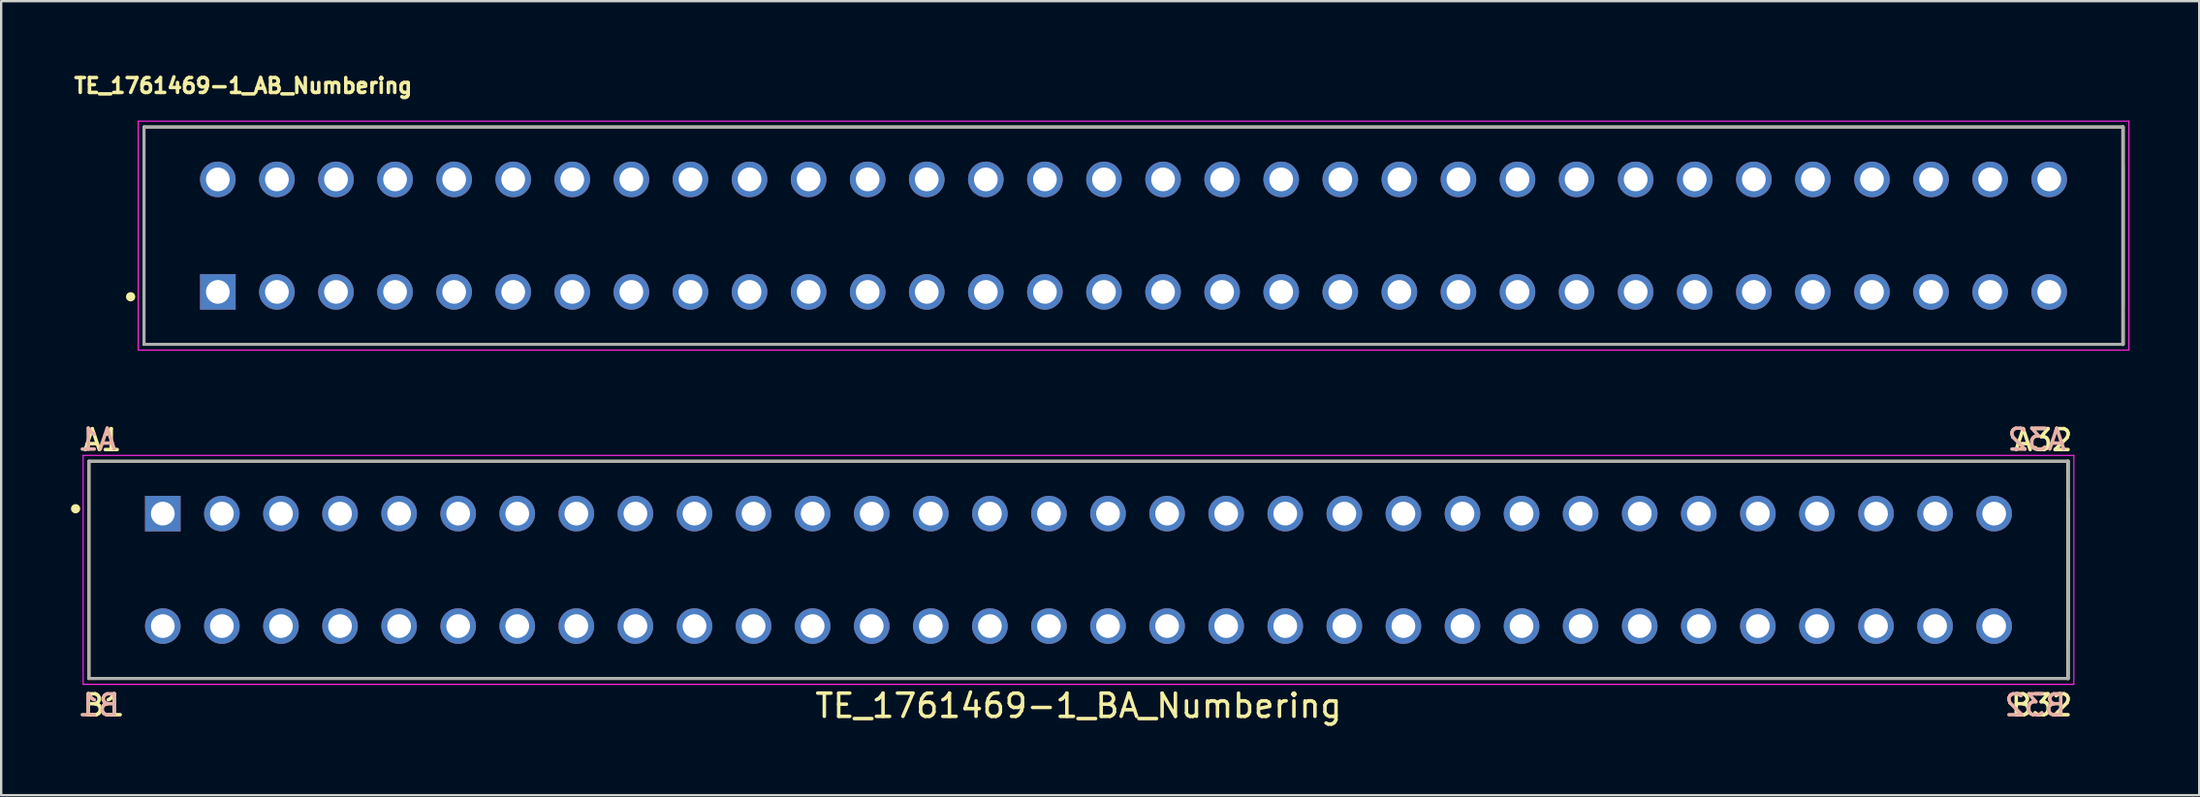
<source format=kicad_pcb>
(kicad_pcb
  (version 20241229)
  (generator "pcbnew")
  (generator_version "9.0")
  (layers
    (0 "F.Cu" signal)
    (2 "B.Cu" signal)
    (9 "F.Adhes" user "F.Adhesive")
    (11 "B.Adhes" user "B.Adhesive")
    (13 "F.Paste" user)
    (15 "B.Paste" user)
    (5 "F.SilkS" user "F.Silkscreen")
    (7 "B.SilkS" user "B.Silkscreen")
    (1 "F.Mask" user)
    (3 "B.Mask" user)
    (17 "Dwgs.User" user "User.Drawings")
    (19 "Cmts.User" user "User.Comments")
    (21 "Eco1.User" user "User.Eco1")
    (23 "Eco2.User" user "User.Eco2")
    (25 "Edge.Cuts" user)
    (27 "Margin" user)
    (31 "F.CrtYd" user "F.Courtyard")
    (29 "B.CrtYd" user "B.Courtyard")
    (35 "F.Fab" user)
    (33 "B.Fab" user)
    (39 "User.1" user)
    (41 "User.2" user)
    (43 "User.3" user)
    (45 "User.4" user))
  (footprint "TE_1761469-1_BA_Numbering"
    (layer "F.Cu")
    (at 43.32 18.93)
    (property "Reference" "TE_1761469-1_BA_Numbering" (at 0 8.388 0) (layer "F.SilkS") (effects (font (size 1 1) (thickness 0.15))))
    (attr through_hole)
    (fp_line (start -42.545 7.215) (end -42.545 -2.135) (stroke (width 0.127) (type solid)) (layer "F.SilkS"))
    (fp_line (start -42.545 7.215) (end 42.545 7.215) (stroke (width 0.127) (type solid)) (layer "F.SilkS"))
    (fp_line (start 42.545 -2.135) (end -42.545 -2.135) (stroke (width 0.127) (type solid)) (layer "F.SilkS"))
    (fp_line (start 42.545 5.565) (end 42.545 -0.485) (stroke (width 0.127) (type solid)) (layer "F.SilkS"))
    (fp_line (start 42.545 7.215) (end 42.545 -2.135) (stroke (width 0.15) (type solid)) (layer "F.SilkS"))
    (fp_circle (center -43.12 -0.09) (end -43.02 -0.09) (stroke (width 0.2) (type solid)) (fill no) (layer "F.SilkS"))
    (fp_line (start -42.795 -2.385) (end -42.795 7.465) (stroke (width 0.05) (type solid)) (layer "F.CrtYd"))
    (fp_line (start -42.795 7.465) (end 42.795 7.465) (stroke (width 0.05) (type solid)) (layer "F.CrtYd"))
    (fp_line (start 42.795 -2.385) (end -42.795 -2.385) (stroke (width 0.05) (type solid)) (layer "F.CrtYd"))
    (fp_line (start 42.795 7.465) (end 42.795 -2.385) (stroke (width 0.05) (type solid)) (layer "F.CrtYd"))
    (fp_line (start -42.545 7.215) (end -42.545 -2.135) (stroke (width 0.127) (type solid)) (layer "F.Fab"))
    (fp_line (start -42.545 7.215) (end 42.545 7.215) (stroke (width 0.127) (type solid)) (layer "F.Fab"))
    (fp_line (start 42.545 -2.135) (end -42.545 -2.135) (stroke (width 0.127) (type solid)) (layer "F.Fab"))
    (fp_line (start 42.545 7.215) (end 42.545 -2.135) (stroke (width 0.127) (type solid)) (layer "F.Fab"))
    (fp_text user "B32" (at 40.005 8.89 0) (unlocked yes) (layer "F.SilkS") (effects (font (size 0.9 0.9) (thickness 0.15) (bold yes)) (justify left bottom)))
    (fp_text user "B1" (at -42.887 8.89 0) (unlocked yes) (layer "F.SilkS") (effects (font (size 0.9 0.9) (thickness 0.15) (bold yes)) (justify left bottom)))
    (fp_text user "A32" (at 40.134 -2.518 0) (unlocked yes) (layer "F.SilkS") (effects (font (size 0.9 0.9) (thickness 0.15) (bold yes)) (justify left bottom)))
    (fp_text user "A1" (at -42.887 -2.518 0) (unlocked yes) (layer "F.SilkS") (effects (font (size 0.9 0.9) (thickness 0.15) (bold yes)) (justify left bottom)))
    (fp_text user "A32" (at 42.545 -2.54 0) (unlocked yes) (layer "B.SilkS") (effects (font (size 0.9 0.9) (thickness 0.15) (bold yes)) (justify left bottom mirror)))
    (fp_text user "B1" (at -41.146 8.89 0) (unlocked yes) (layer "B.SilkS") (effects (font (size 0.9 0.9) (thickness 0.15) (bold yes)) (justify left bottom mirror)))
    (fp_text user "A1" (at -41.275 -2.54 0) (unlocked yes) (layer "B.SilkS") (effects (font (size 0.9 0.9) (thickness 0.15) (bold yes)) (justify left bottom mirror)))
    (fp_text user "B32" (at 42.545 8.89 0) (unlocked yes) (layer "B.SilkS") (effects (font (size 0.9 0.9) (thickness 0.15) (bold yes)) (justify left bottom mirror)))
    (pad "A1" thru_hole rect (at -39.37 0.12) (size 1.53 1.53) (drill 1.02) (layers "*.Cu" "*.Mask"))
    (pad "A2" thru_hole circle (at -36.83 0.12) (size 1.53 1.53) (drill 1.02) (layers "*.Cu" "*.Mask"))
    (pad "A3" thru_hole circle (at -34.29 0.12) (size 1.53 1.53) (drill 1.02) (layers "*.Cu" "*.Mask"))
    (pad "A4" thru_hole circle (at -31.75 0.12) (size 1.53 1.53) (drill 1.02) (layers "*.Cu" "*.Mask"))
    (pad "A5" thru_hole circle (at -29.21 0.12) (size 1.53 1.53) (drill 1.02) (layers "*.Cu" "*.Mask"))
    (pad "A6" thru_hole circle (at -26.67 0.12) (size 1.53 1.53) (drill 1.02) (layers "*.Cu" "*.Mask"))
    (pad "A7" thru_hole circle (at -24.13 0.12) (size 1.53 1.53) (drill 1.02) (layers "*.Cu" "*.Mask"))
    (pad "A8" thru_hole circle (at -21.59 0.12) (size 1.53 1.53) (drill 1.02) (layers "*.Cu" "*.Mask"))
    (pad "A9" thru_hole circle (at -19.05 0.12) (size 1.53 1.53) (drill 1.02) (layers "*.Cu" "*.Mask"))
    (pad "A10" thru_hole circle (at -16.51 0.12) (size 1.53 1.53) (drill 1.02) (layers "*.Cu" "*.Mask"))
    (pad "A11" thru_hole circle (at -13.97 0.12) (size 1.53 1.53) (drill 1.02) (layers "*.Cu" "*.Mask"))
    (pad "A12" thru_hole circle (at -11.43 0.12) (size 1.53 1.53) (drill 1.02) (layers "*.Cu" "*.Mask"))
    (pad "A13" thru_hole circle (at -8.89 0.12) (size 1.53 1.53) (drill 1.02) (layers "*.Cu" "*.Mask"))
    (pad "A14" thru_hole circle (at -6.35 0.12) (size 1.53 1.53) (drill 1.02) (layers "*.Cu" "*.Mask"))
    (pad "A15" thru_hole circle (at -3.81 0.12) (size 1.53 1.53) (drill 1.02) (layers "*.Cu" "*.Mask"))
    (pad "A16" thru_hole circle (at -1.27 0.12) (size 1.53 1.53) (drill 1.02) (layers "*.Cu" "*.Mask"))
    (pad "A17" thru_hole circle (at 1.27 0.12) (size 1.53 1.53) (drill 1.02) (layers "*.Cu" "*.Mask"))
    (pad "A18" thru_hole circle (at 3.81 0.12) (size 1.53 1.53) (drill 1.02) (layers "*.Cu" "*.Mask"))
    (pad "A19" thru_hole circle (at 6.35 0.12) (size 1.53 1.53) (drill 1.02) (layers "*.Cu" "*.Mask"))
    (pad "A20" thru_hole circle (at 8.89 0.12) (size 1.53 1.53) (drill 1.02) (layers "*.Cu" "*.Mask"))
    (pad "A21" thru_hole circle (at 11.43 0.12) (size 1.53 1.53) (drill 1.02) (layers "*.Cu" "*.Mask"))
    (pad "A22" thru_hole circle (at 13.97 0.12) (size 1.53 1.53) (drill 1.02) (layers "*.Cu" "*.Mask"))
    (pad "A23" thru_hole circle (at 16.51 0.12) (size 1.53 1.53) (drill 1.02) (layers "*.Cu" "*.Mask"))
    (pad "A24" thru_hole circle (at 19.05 0.12) (size 1.53 1.53) (drill 1.02) (layers "*.Cu" "*.Mask"))
    (pad "A25" thru_hole circle (at 21.59 0.12) (size 1.53 1.53) (drill 1.02) (layers "*.Cu" "*.Mask"))
    (pad "A26" thru_hole circle (at 24.13 0.12) (size 1.53 1.53) (drill 1.02) (layers "*.Cu" "*.Mask"))
    (pad "A27" thru_hole circle (at 26.67 0.12) (size 1.53 1.53) (drill 1.02) (layers "*.Cu" "*.Mask"))
    (pad "A28" thru_hole circle (at 29.21 0.12) (size 1.53 1.53) (drill 1.02) (layers "*.Cu" "*.Mask"))
    (pad "A29" thru_hole circle (at 31.75 0.12) (size 1.53 1.53) (drill 1.02) (layers "*.Cu" "*.Mask"))
    (pad "A30" thru_hole circle (at 34.29 0.12) (size 1.53 1.53) (drill 1.02) (layers "*.Cu" "*.Mask"))
    (pad "A31" thru_hole circle (at 36.83 0.12) (size 1.53 1.53) (drill 1.02) (layers "*.Cu" "*.Mask"))
    (pad "A32" thru_hole circle (at 39.37 0.12) (size 1.53 1.53) (drill 1.02) (layers "*.Cu" "*.Mask"))
    (pad "B1" thru_hole circle (at -39.37 4.96) (size 1.53 1.53) (drill 1.02) (layers "*.Cu" "*.Mask"))
    (pad "B2" thru_hole circle (at -36.83 4.96) (size 1.53 1.53) (drill 1.02) (layers "*.Cu" "*.Mask"))
    (pad "B3" thru_hole circle (at -34.29 4.96) (size 1.53 1.53) (drill 1.02) (layers "*.Cu" "*.Mask"))
    (pad "B4" thru_hole circle (at -31.75 4.96) (size 1.53 1.53) (drill 1.02) (layers "*.Cu" "*.Mask"))
    (pad "B5" thru_hole circle (at -29.21 4.96) (size 1.53 1.53) (drill 1.02) (layers "*.Cu" "*.Mask"))
    (pad "B6" thru_hole circle (at -26.67 4.96) (size 1.53 1.53) (drill 1.02) (layers "*.Cu" "*.Mask"))
    (pad "B7" thru_hole circle (at -24.13 4.96) (size 1.53 1.53) (drill 1.02) (layers "*.Cu" "*.Mask"))
    (pad "B8" thru_hole circle (at -21.59 4.96) (size 1.53 1.53) (drill 1.02) (layers "*.Cu" "*.Mask"))
    (pad "B9" thru_hole circle (at -19.05 4.96) (size 1.53 1.53) (drill 1.02) (layers "*.Cu" "*.Mask"))
    (pad "B10" thru_hole circle (at -16.51 4.96) (size 1.53 1.53) (drill 1.02) (layers "*.Cu" "*.Mask"))
    (pad "B11" thru_hole circle (at -13.97 4.96) (size 1.53 1.53) (drill 1.02) (layers "*.Cu" "*.Mask"))
    (pad "B12" thru_hole circle (at -11.43 4.96) (size 1.53 1.53) (drill 1.02) (layers "*.Cu" "*.Mask"))
    (pad "B13" thru_hole circle (at -8.89 4.96) (size 1.53 1.53) (drill 1.02) (layers "*.Cu" "*.Mask"))
    (pad "B14" thru_hole circle (at -6.35 4.96) (size 1.53 1.53) (drill 1.02) (layers "*.Cu" "*.Mask"))
    (pad "B15" thru_hole circle (at -3.81 4.96) (size 1.53 1.53) (drill 1.02) (layers "*.Cu" "*.Mask"))
    (pad "B16" thru_hole circle (at -1.27 4.96) (size 1.53 1.53) (drill 1.02) (layers "*.Cu" "*.Mask"))
    (pad "B17" thru_hole circle (at 1.27 4.96) (size 1.53 1.53) (drill 1.02) (layers "*.Cu" "*.Mask"))
    (pad "B18" thru_hole circle (at 3.81 4.96) (size 1.53 1.53) (drill 1.02) (layers "*.Cu" "*.Mask"))
    (pad "B19" thru_hole circle (at 6.35 4.96) (size 1.53 1.53) (drill 1.02) (layers "*.Cu" "*.Mask"))
    (pad "B20" thru_hole circle (at 8.89 4.96) (size 1.53 1.53) (drill 1.02) (layers "*.Cu" "*.Mask"))
    (pad "B21" thru_hole circle (at 11.43 4.96) (size 1.53 1.53) (drill 1.02) (layers "*.Cu" "*.Mask"))
    (pad "B22" thru_hole circle (at 13.97 4.96) (size 1.53 1.53) (drill 1.02) (layers "*.Cu" "*.Mask"))
    (pad "B23" thru_hole circle (at 16.51 4.96) (size 1.53 1.53) (drill 1.02) (layers "*.Cu" "*.Mask"))
    (pad "B24" thru_hole circle (at 19.05 4.96) (size 1.53 1.53) (drill 1.02) (layers "*.Cu" "*.Mask"))
    (pad "B25" thru_hole circle (at 21.59 4.96) (size 1.53 1.53) (drill 1.02) (layers "*.Cu" "*.Mask"))
    (pad "B26" thru_hole circle (at 24.13 4.96) (size 1.53 1.53) (drill 1.02) (layers "*.Cu" "*.Mask"))
    (pad "B27" thru_hole circle (at 26.67 4.96) (size 1.53 1.53) (drill 1.02) (layers "*.Cu" "*.Mask"))
    (pad "B28" thru_hole circle (at 29.21 4.96) (size 1.53 1.53) (drill 1.02) (layers "*.Cu" "*.Mask"))
    (pad "B29" thru_hole circle (at 31.75 4.96) (size 1.53 1.53) (drill 1.02) (layers "*.Cu" "*.Mask"))
    (pad "B30" thru_hole circle (at 34.29 4.96) (size 1.53 1.53) (drill 1.02) (layers "*.Cu" "*.Mask"))
    (pad "B31" thru_hole circle (at 36.83 4.96) (size 1.53 1.53) (drill 1.02) (layers "*.Cu" "*.Mask"))
    (pad "B32" thru_hole circle (at 39.37 4.96) (size 1.53 1.53) (drill 1.02) (layers "*.Cu" "*.Mask")))
  (footprint "TE_1761469-1_AB_Numbering"
    (layer "F.Cu")
    (at 45.686 7.09)
    (property "Reference" "TE_1761469-1_AB_Numbering" (at -38.281 -6.452 0) (layer "F.SilkS") (effects (font (size 0.641 0.641) (thickness 0.15))))
    (attr through_hole)
    (fp_line (start -42.545 -4.675) (end -42.545 4.675) (stroke (width 0.127) (type solid)) (layer "F.SilkS"))
    (fp_line (start -42.545 -4.675) (end 42.545 -4.675) (stroke (width 0.127) (type solid)) (layer "F.SilkS"))
    (fp_line (start 42.545 -4.675) (end 42.545 4.675) (stroke (width 0.15) (type solid)) (layer "F.SilkS"))
    (fp_line (start 42.545 -3.025) (end 42.545 3.025) (stroke (width 0.127) (type solid)) (layer "F.SilkS"))
    (fp_line (start 42.545 4.675) (end -42.545 4.675) (stroke (width 0.127) (type solid)) (layer "F.SilkS"))
    (fp_circle (center -43.12 2.63) (end -43.02 2.63) (stroke (width 0.2) (type solid)) (fill no) (layer "F.SilkS"))
    (fp_line (start -42.795 -4.925) (end 42.795 -4.925) (stroke (width 0.05) (type solid)) (layer "F.CrtYd"))
    (fp_line (start -42.795 4.925) (end -42.795 -4.925) (stroke (width 0.05) (type solid)) (layer "F.CrtYd"))
    (fp_line (start 42.795 -4.925) (end 42.795 4.925) (stroke (width 0.05) (type solid)) (layer "F.CrtYd"))
    (fp_line (start 42.795 4.925) (end -42.795 4.925) (stroke (width 0.05) (type solid)) (layer "F.CrtYd"))
    (fp_line (start -42.545 -4.675) (end -42.545 4.675) (stroke (width 0.127) (type solid)) (layer "F.Fab"))
    (fp_line (start -42.545 -4.675) (end 42.545 -4.675) (stroke (width 0.127) (type solid)) (layer "F.Fab"))
    (fp_line (start 42.545 -4.675) (end 42.545 4.675) (stroke (width 0.127) (type solid)) (layer "F.Fab"))
    (fp_line (start 42.545 4.675) (end -42.545 4.675) (stroke (width 0.127) (type solid)) (layer "F.Fab"))
    (pad "A1" thru_hole rect (at -39.37 2.42) (size 1.53 1.53) (drill 1.02) (layers "*.Cu" "*.Mask"))
    (pad "A2" thru_hole circle (at -36.83 2.42) (size 1.53 1.53) (drill 1.02) (layers "*.Cu" "*.Mask"))
    (pad "A3" thru_hole circle (at -34.29 2.42) (size 1.53 1.53) (drill 1.02) (layers "*.Cu" "*.Mask"))
    (pad "A4" thru_hole circle (at -31.75 2.42) (size 1.53 1.53) (drill 1.02) (layers "*.Cu" "*.Mask"))
    (pad "A5" thru_hole circle (at -29.21 2.42) (size 1.53 1.53) (drill 1.02) (layers "*.Cu" "*.Mask"))
    (pad "A6" thru_hole circle (at -26.67 2.42) (size 1.53 1.53) (drill 1.02) (layers "*.Cu" "*.Mask"))
    (pad "A7" thru_hole circle (at -24.13 2.42) (size 1.53 1.53) (drill 1.02) (layers "*.Cu" "*.Mask"))
    (pad "A8" thru_hole circle (at -21.59 2.42) (size 1.53 1.53) (drill 1.02) (layers "*.Cu" "*.Mask"))
    (pad "A9" thru_hole circle (at -19.05 2.42) (size 1.53 1.53) (drill 1.02) (layers "*.Cu" "*.Mask"))
    (pad "A10" thru_hole circle (at -16.51 2.42) (size 1.53 1.53) (drill 1.02) (layers "*.Cu" "*.Mask"))
    (pad "A11" thru_hole circle (at -13.97 2.42) (size 1.53 1.53) (drill 1.02) (layers "*.Cu" "*.Mask"))
    (pad "A12" thru_hole circle (at -11.43 2.42) (size 1.53 1.53) (drill 1.02) (layers "*.Cu" "*.Mask"))
    (pad "A13" thru_hole circle (at -8.89 2.42) (size 1.53 1.53) (drill 1.02) (layers "*.Cu" "*.Mask"))
    (pad "A14" thru_hole circle (at -6.35 2.42) (size 1.53 1.53) (drill 1.02) (layers "*.Cu" "*.Mask"))
    (pad "A15" thru_hole circle (at -3.81 2.42) (size 1.53 1.53) (drill 1.02) (layers "*.Cu" "*.Mask"))
    (pad "A16" thru_hole circle (at -1.27 2.42) (size 1.53 1.53) (drill 1.02) (layers "*.Cu" "*.Mask"))
    (pad "A17" thru_hole circle (at 1.27 2.42) (size 1.53 1.53) (drill 1.02) (layers "*.Cu" "*.Mask"))
    (pad "A18" thru_hole circle (at 3.81 2.42) (size 1.53 1.53) (drill 1.02) (layers "*.Cu" "*.Mask"))
    (pad "A19" thru_hole circle (at 6.35 2.42) (size 1.53 1.53) (drill 1.02) (layers "*.Cu" "*.Mask"))
    (pad "A20" thru_hole circle (at 8.89 2.42) (size 1.53 1.53) (drill 1.02) (layers "*.Cu" "*.Mask"))
    (pad "A21" thru_hole circle (at 11.43 2.42) (size 1.53 1.53) (drill 1.02) (layers "*.Cu" "*.Mask"))
    (pad "A22" thru_hole circle (at 13.97 2.42) (size 1.53 1.53) (drill 1.02) (layers "*.Cu" "*.Mask"))
    (pad "A23" thru_hole circle (at 16.51 2.42) (size 1.53 1.53) (drill 1.02) (layers "*.Cu" "*.Mask"))
    (pad "A24" thru_hole circle (at 19.05 2.42) (size 1.53 1.53) (drill 1.02) (layers "*.Cu" "*.Mask"))
    (pad "A25" thru_hole circle (at 21.59 2.42) (size 1.53 1.53) (drill 1.02) (layers "*.Cu" "*.Mask"))
    (pad "A26" thru_hole circle (at 24.13 2.42) (size 1.53 1.53) (drill 1.02) (layers "*.Cu" "*.Mask"))
    (pad "A27" thru_hole circle (at 26.67 2.42) (size 1.53 1.53) (drill 1.02) (layers "*.Cu" "*.Mask"))
    (pad "A28" thru_hole circle (at 29.21 2.42) (size 1.53 1.53) (drill 1.02) (layers "*.Cu" "*.Mask"))
    (pad "A29" thru_hole circle (at 31.75 2.42) (size 1.53 1.53) (drill 1.02) (layers "*.Cu" "*.Mask"))
    (pad "A30" thru_hole circle (at 34.29 2.42) (size 1.53 1.53) (drill 1.02) (layers "*.Cu" "*.Mask"))
    (pad "A31" thru_hole circle (at 36.83 2.42) (size 1.53 1.53) (drill 1.02) (layers "*.Cu" "*.Mask"))
    (pad "A32" thru_hole circle (at 39.37 2.42) (size 1.53 1.53) (drill 1.02) (layers "*.Cu" "*.Mask"))
    (pad "B1" thru_hole circle (at -39.37 -2.42) (size 1.53 1.53) (drill 1.02) (layers "*.Cu" "*.Mask"))
    (pad "B2" thru_hole circle (at -36.83 -2.42) (size 1.53 1.53) (drill 1.02) (layers "*.Cu" "*.Mask"))
    (pad "B3" thru_hole circle (at -34.29 -2.42) (size 1.53 1.53) (drill 1.02) (layers "*.Cu" "*.Mask"))
    (pad "B4" thru_hole circle (at -31.75 -2.42) (size 1.53 1.53) (drill 1.02) (layers "*.Cu" "*.Mask"))
    (pad "B5" thru_hole circle (at -29.21 -2.42) (size 1.53 1.53) (drill 1.02) (layers "*.Cu" "*.Mask"))
    (pad "B6" thru_hole circle (at -26.67 -2.42) (size 1.53 1.53) (drill 1.02) (layers "*.Cu" "*.Mask"))
    (pad "B7" thru_hole circle (at -24.13 -2.42) (size 1.53 1.53) (drill 1.02) (layers "*.Cu" "*.Mask"))
    (pad "B8" thru_hole circle (at -21.59 -2.42) (size 1.53 1.53) (drill 1.02) (layers "*.Cu" "*.Mask"))
    (pad "B9" thru_hole circle (at -19.05 -2.42) (size 1.53 1.53) (drill 1.02) (layers "*.Cu" "*.Mask"))
    (pad "B10" thru_hole circle (at -16.51 -2.42) (size 1.53 1.53) (drill 1.02) (layers "*.Cu" "*.Mask"))
    (pad "B11" thru_hole circle (at -13.97 -2.42) (size 1.53 1.53) (drill 1.02) (layers "*.Cu" "*.Mask"))
    (pad "B12" thru_hole circle (at -11.43 -2.42) (size 1.53 1.53) (drill 1.02) (layers "*.Cu" "*.Mask"))
    (pad "B13" thru_hole circle (at -8.89 -2.42) (size 1.53 1.53) (drill 1.02) (layers "*.Cu" "*.Mask"))
    (pad "B14" thru_hole circle (at -6.35 -2.42) (size 1.53 1.53) (drill 1.02) (layers "*.Cu" "*.Mask"))
    (pad "B15" thru_hole circle (at -3.81 -2.42) (size 1.53 1.53) (drill 1.02) (layers "*.Cu" "*.Mask"))
    (pad "B16" thru_hole circle (at -1.27 -2.42) (size 1.53 1.53) (drill 1.02) (layers "*.Cu" "*.Mask"))
    (pad "B17" thru_hole circle (at 1.27 -2.42) (size 1.53 1.53) (drill 1.02) (layers "*.Cu" "*.Mask"))
    (pad "B18" thru_hole circle (at 3.81 -2.42) (size 1.53 1.53) (drill 1.02) (layers "*.Cu" "*.Mask"))
    (pad "B19" thru_hole circle (at 6.35 -2.42) (size 1.53 1.53) (drill 1.02) (layers "*.Cu" "*.Mask"))
    (pad "B20" thru_hole circle (at 8.89 -2.42) (size 1.53 1.53) (drill 1.02) (layers "*.Cu" "*.Mask"))
    (pad "B21" thru_hole circle (at 11.43 -2.42) (size 1.53 1.53) (drill 1.02) (layers "*.Cu" "*.Mask"))
    (pad "B22" thru_hole circle (at 13.97 -2.42) (size 1.53 1.53) (drill 1.02) (layers "*.Cu" "*.Mask"))
    (pad "B23" thru_hole circle (at 16.51 -2.42) (size 1.53 1.53) (drill 1.02) (layers "*.Cu" "*.Mask"))
    (pad "B24" thru_hole circle (at 19.05 -2.42) (size 1.53 1.53) (drill 1.02) (layers "*.Cu" "*.Mask"))
    (pad "B25" thru_hole circle (at 21.59 -2.42) (size 1.53 1.53) (drill 1.02) (layers "*.Cu" "*.Mask"))
    (pad "B26" thru_hole circle (at 24.13 -2.42) (size 1.53 1.53) (drill 1.02) (layers "*.Cu" "*.Mask"))
    (pad "B27" thru_hole circle (at 26.67 -2.42) (size 1.53 1.53) (drill 1.02) (layers "*.Cu" "*.Mask"))
    (pad "B28" thru_hole circle (at 29.21 -2.42) (size 1.53 1.53) (drill 1.02) (layers "*.Cu" "*.Mask"))
    (pad "B29" thru_hole circle (at 31.75 -2.42) (size 1.53 1.53) (drill 1.02) (layers "*.Cu" "*.Mask"))
    (pad "B30" thru_hole circle (at 34.29 -2.42) (size 1.53 1.53) (drill 1.02) (layers "*.Cu" "*.Mask"))
    (pad "B31" thru_hole circle (at 36.83 -2.42) (size 1.53 1.53) (drill 1.02) (layers "*.Cu" "*.Mask"))
    (pad "B32" thru_hole circle (at 39.37 -2.42) (size 1.53 1.53) (drill 1.02) (layers "*.Cu" "*.Mask")))
  (gr_rect
    (start -3 -3)
    (end 91.506 31.166)
    (stroke (width 0.1) (type default))
    (fill no)
    (layer "Edge.Cuts")))
</source>
